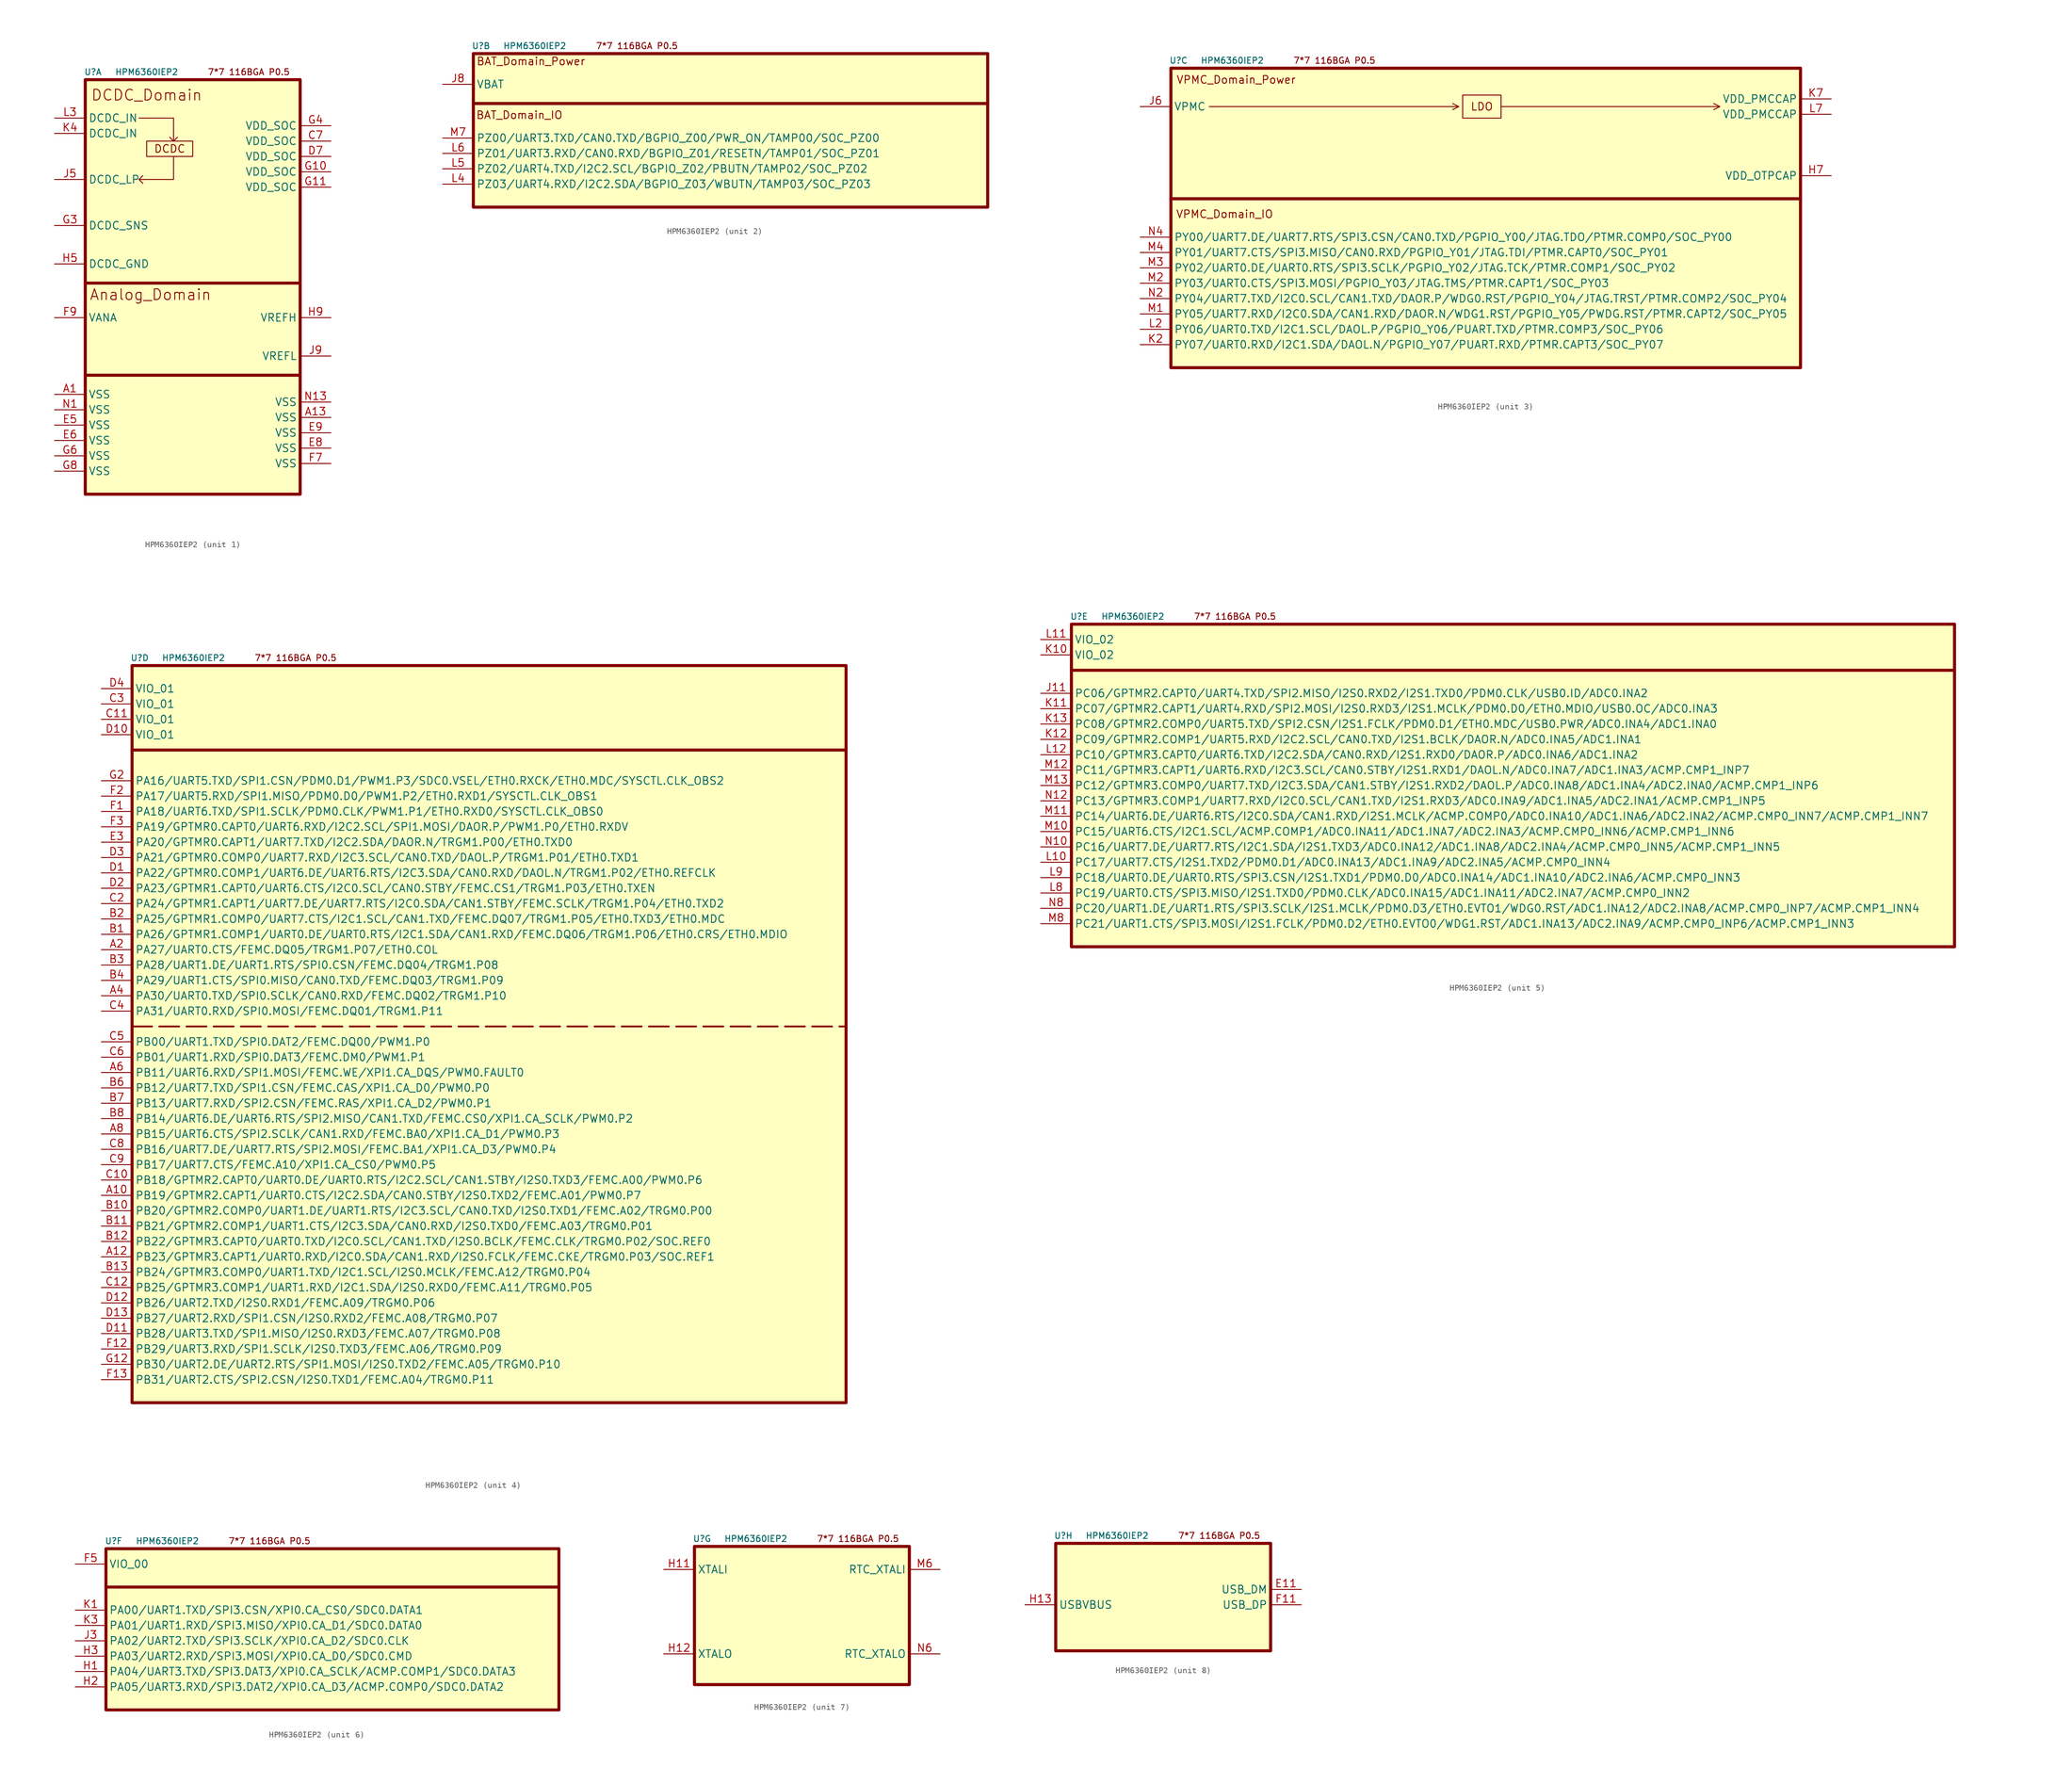
<source format=kicad_sym>
(kicad_symbol_lib
  (version 20220914)
  (generator kicad_symbol_editor)
  (symbol "HPM6360IEP2"
    (property "Reference" "U"
      (at 1.27 1.27 0)
      (effects (font (size 1 1))))
    (property "Value" "HPM6360IEP2"
      (at 10.16 1.27 0)
      (effects (font (size 1 1))))
    (property "ki_locked" ""
      (at 0 0 0)
      (effects (font (size 1.27 1.27))))
    (symbol "HPM6360IEP2_0_0"
      (text " 7*7 116BGA P0.5" (at 26.67 1.27 0) (effects (font (size 1.016 1.016)))))
    (symbol "HPM6360IEP2_1_1"
      (polyline (pts (xy 0 -48.895) (xy 35.56 -48.895)) (stroke (width 0.508) (type default)) (fill (type none)))
      (polyline (pts (xy 0 -33.655) (xy 35.56 -33.655) (xy 35.56 -33.655)) (stroke (width 0.508) (type default)) (fill (type none)))
      (polyline (pts (xy 8.89 -6.35) (xy 14.605 -6.35) (xy 14.605 -10.16) (xy 13.97 -9.525) (xy 14.605 -10.16) (xy 15.24 -9.525)) (stroke (width 0) (type default)) (fill (type none)))
      (polyline (pts (xy 14.605 -12.7) (xy 14.605 -16.51) (xy 8.89 -16.51) (xy 9.525 -15.875) (xy 8.89 -16.51) (xy 9.525 -17.145)) (stroke (width 0) (type default)) (fill (type none)))
      (rectangle (start 0 0) (end 35.56 -68.58) (stroke (width 0.508) (type default)) (fill (type background)))
      (rectangle (start 10.16 -10.16) (end 17.78 -12.7) (stroke (width 0) (type default)) (fill (type none)))
      (text "Analog_Domain" (at 10.795 -35.56 0) (effects (font (size 1.778 1.778))))
      (text "DCDC" (at 13.97 -11.43 0) (effects (font (size 1.27 1.27))))
      (text "DCDC_Domain" (at 10.16 -2.54 0) (effects (font (size 1.778 1.778))))
      (pin power_out line (at -5.08 -52.07 0) (length 5.08) (name "VSS" (effects (font (size 1.27 1.27)))) (number "A1" (effects (font (size 1.27 1.27)))))
      (pin power_out line (at 40.64 -55.88 180) (length 5.08) (name "VSS" (effects (font (size 1.27 1.27)))) (number "A13" (effects (font (size 1.27 1.27)))))
      (pin power_in line (at 40.64 -10.16 180) (length 5.08) (name "VDD_SOC" (effects (font (size 1.27 1.27)))) (number "C7" (effects (font (size 1.27 1.27)))))
      (pin power_in line (at 40.64 -12.7 180) (length 5.08) (name "VDD_SOC" (effects (font (size 1.27 1.27)))) (number "D7" (effects (font (size 1.27 1.27)))))
      (pin power_out line (at -5.08 -57.15 0) (length 5.08) (name "VSS" (effects (font (size 1.27 1.27)))) (number "E5" (effects (font (size 1.27 1.27)))))
      (pin power_out line (at -5.08 -59.69 0) (length 5.08) (name "VSS" (effects (font (size 1.27 1.27)))) (number "E6" (effects (font (size 1.27 1.27)))))
      (pin power_out line (at 40.64 -60.96 180) (length 5.08) (name "VSS" (effects (font (size 1.27 1.27)))) (number "E8" (effects (font (size 1.27 1.27)))))
      (pin power_out line (at 40.64 -58.42 180) (length 5.08) (name "VSS" (effects (font (size 1.27 1.27)))) (number "E9" (effects (font (size 1.27 1.27)))))
      (pin power_out line (at 40.64 -63.5 180) (length 5.08) (name "VSS" (effects (font (size 1.27 1.27)))) (number "F7" (effects (font (size 1.27 1.27)))))
      (pin power_in line (at -5.08 -39.37 0) (length 5.08) (name "VANA" (effects (font (size 1.27 1.27)))) (number "F9" (effects (font (size 1.27 1.27)))))
      (pin power_in line (at 40.64 -15.24 180) (length 5.08) (name "VDD_SOC" (effects (font (size 1.27 1.27)))) (number "G10" (effects (font (size 1.27 1.27)))))
      (pin power_in line (at 40.64 -17.78 180) (length 5.08) (name "VDD_SOC" (effects (font (size 1.27 1.27)))) (number "G11" (effects (font (size 1.27 1.27)))))
      (pin input line (at -5.08 -24.13 0) (length 5.08) (name "DCDC_SNS" (effects (font (size 1.27 1.27)))) (number "G3" (effects (font (size 1.27 1.27)))))
      (pin power_in line (at 40.64 -7.62 180) (length 5.08) (name "VDD_SOC" (effects (font (size 1.27 1.27)))) (number "G4" (effects (font (size 1.27 1.27)))))
      (pin power_out line (at -5.08 -62.23 0) (length 5.08) (name "VSS" (effects (font (size 1.27 1.27)))) (number "G6" (effects (font (size 1.27 1.27)))))
      (pin power_out line (at -5.08 -64.77 0) (length 5.08) (name "VSS" (effects (font (size 1.27 1.27)))) (number "G8" (effects (font (size 1.27 1.27)))))
      (pin power_out line (at -5.08 -30.48 0) (length 5.08) (name "DCDC_GND" (effects (font (size 1.27 1.27)))) (number "H5" (effects (font (size 1.27 1.27)))))
      (pin power_in line (at 40.64 -39.37 180) (length 5.08) (name "VREFH" (effects (font (size 1.27 1.27)))) (number "H9" (effects (font (size 1.27 1.27)))))
      (pin power_out line (at -5.08 -16.51 0) (length 5.08) (name "DCDC_LP" (effects (font (size 1.27 1.27)))) (number "J5" (effects (font (size 1.27 1.27)))))
      (pin power_out line (at 40.64 -45.72 180) (length 5.08) (name "VREFL" (effects (font (size 1.27 1.27)))) (number "J9" (effects (font (size 1.27 1.27)))))
      (pin power_in line (at -5.08 -8.89 0) (length 5.08) (name "DCDC_IN" (effects (font (size 1.27 1.27)))) (number "K4" (effects (font (size 1.27 1.27)))))
      (pin power_in line (at -5.08 -6.35 0) (length 5.08) (name "DCDC_IN" (effects (font (size 1.27 1.27)))) (number "L3" (effects (font (size 1.27 1.27)))))
      (pin power_out line (at -5.08 -54.61 0) (length 5.08) (name "VSS" (effects (font (size 1.27 1.27)))) (number "N1" (effects (font (size 1.27 1.27)))))
      (pin power_out line (at 40.64 -53.34 180) (length 5.08) (name "VSS" (effects (font (size 1.27 1.27)))) (number "N13" (effects (font (size 1.27 1.27))))))
    (symbol "HPM6360IEP2_2_0"
      (polyline (pts (xy 0 -8.255) (xy 85.09 -8.255) (xy 74.295 -8.255)) (stroke (width 0.508) (type default)) (fill (type none))))
    (symbol "HPM6360IEP2_2_1"
      (rectangle (start 0 0) (end 85.09 -25.4) (stroke (width 0.508) (type default)) (fill (type background)))
      (text "BAT_Domain_IO" (at 7.62 -10.16 0) (effects (font (size 1.27 1.27))))
      (text "BAT_Domain_Power" (at 9.525 -1.27 0) (effects (font (size 1.27 1.27))))
      (pin power_in line (at -5.08 -5.08 0) (length 5.08) (name "VBAT" (effects (font (size 1.27 1.27)))) (number "J8" (effects (font (size 1.27 1.27)))))
      (pin bidirectional line (at -5.08 -21.59 0) (length 5.08) (name "PZ03/UART4.RXD/I2C2.SDA/BGPIO_Z03/WBUTN/TAMP03/SOC_PZ03" (effects (font (size 1.27 1.27)))) (number "L4" (effects (font (size 1.27 1.27)))))
      (pin bidirectional line (at -5.08 -19.05 0) (length 5.08) (name "PZ02/UART4.TXD/I2C2.SCL/BGPIO_Z02/PBUTN/TAMP02/SOC_PZ02" (effects (font (size 1.27 1.27)))) (number "L5" (effects (font (size 1.27 1.27)))))
      (pin bidirectional line (at -5.08 -16.51 0) (length 5.08) (name "PZ01/UART3.RXD/CAN0.RXD/BGPIO_Z01/RESETN/TAMP01/SOC_PZ01" (effects (font (size 1.27 1.27)))) (number "L6" (effects (font (size 1.27 1.27)))))
      (pin bidirectional line (at -5.08 -13.97 0) (length 5.08) (name "PZ00/UART3.TXD/CAN0.TXD/BGPIO_Z00/PWR_ON/TAMP00/SOC_PZ00" (effects (font (size 1.27 1.27)))) (number "M7" (effects (font (size 1.27 1.27))))))
    (symbol "HPM6360IEP2_3_0"
      (polyline (pts (xy 0 -21.59) (xy 104.14 -21.59) (xy 57.785 -21.59)) (stroke (width 0.508) (type default)) (fill (type none)))
      (polyline (pts (xy 6.35 -6.35) (xy 47.625 -6.35) (xy 46.609 -5.842) (xy 47.625 -6.35) (xy 46.609 -6.858)) (stroke (width 0) (type default)) (fill (type none)))
      (polyline (pts (xy 54.61 -6.35) (xy 90.805 -6.35) (xy 89.789 -5.842) (xy 90.805 -6.35) (xy 89.789 -6.858)) (stroke (width 0) (type default)) (fill (type none))))
    (symbol "HPM6360IEP2_3_1"
      (rectangle (start 0 0) (end 104.14 -49.53) (stroke (width 0.508) (type default)) (fill (type background)))
      (rectangle (start 48.26 -4.445) (end 54.61 -8.255) (stroke (width 0) (type default)) (fill (type none)))
      (text "LDO" (at 51.435 -6.35 0) (effects (font (size 1.27 1.27))))
      (text "VPMC_Domain_IO" (at 8.89 -24.13 0) (effects (font (size 1.27 1.27))))
      (text "VPMC_Domain_Power" (at 10.795 -1.905 0) (effects (font (size 1.27 1.27))))
      (pin power_out line (at 109.22 -17.78 180) (length 5.08) (name "VDD_OTPCAP" (effects (font (size 1.27 1.27)))) (number "H7" (effects (font (size 1.27 1.27)))))
      (pin power_in line (at -5.08 -6.35 0) (length 5.08) (name "VPMC" (effects (font (size 1.27 1.27)))) (number "J6" (effects (font (size 1.27 1.27)))))
      (pin bidirectional line (at -5.08 -45.72 0) (length 5.08) (name "PY07/UART0.RXD/I2C1.SDA/DAOL.N/PGPIO_Y07/PUART.RXD/PTMR.CAPT3/SOC_PY07" (effects (font (size 1.27 1.27)))) (number "K2" (effects (font (size 1.27 1.27)))))
      (pin power_out line (at 109.22 -5.08 180) (length 5.08) (name "VDD_PMCCAP" (effects (font (size 1.27 1.27)))) (number "K7" (effects (font (size 1.27 1.27)))))
      (pin bidirectional line (at -5.08 -43.18 0) (length 5.08) (name "PY06/UART0.TXD/I2C1.SCL/DAOL.P/PGPIO_Y06/PUART.TXD/PTMR.COMP3/SOC_PY06" (effects (font (size 1.27 1.27)))) (number "L2" (effects (font (size 1.27 1.27)))))
      (pin power_out line (at 109.22 -7.62 180) (length 5.08) (name "VDD_PMCCAP" (effects (font (size 1.27 1.27)))) (number "L7" (effects (font (size 1.27 1.27)))))
      (pin bidirectional line (at -5.08 -40.64 0) (length 5.08) (name "PY05/UART7.RXD/I2C0.SDA/CAN1.RXD/DAOR.N/WDG1.RST/PGPIO_Y05/PWDG.RST/PTMR.CAPT2/SOC_PY05" (effects (font (size 1.27 1.27)))) (number "M1" (effects (font (size 1.27 1.27)))))
      (pin bidirectional line (at -5.08 -35.56 0) (length 5.08) (name "PY03/UART0.CTS/SPI3.MOSI/PGPIO_Y03/JTAG.TMS/PTMR.CAPT1/SOC_PY03" (effects (font (size 1.27 1.27)))) (number "M2" (effects (font (size 1.27 1.27)))))
      (pin bidirectional line (at -5.08 -33.02 0) (length 5.08) (name "PY02/UART0.DE/UART0.RTS/SPI3.SCLK/PGPIO_Y02/JTAG.TCK/PTMR.COMP1/SOC_PY02" (effects (font (size 1.27 1.27)))) (number "M3" (effects (font (size 1.27 1.27)))))
      (pin bidirectional line (at -5.08 -30.48 0) (length 5.08) (name "PY01/UART7.CTS/SPI3.MISO/CAN0.RXD/PGPIO_Y01/JTAG.TDI/PTMR.CAPT0/SOC_PY01" (effects (font (size 1.27 1.27)))) (number "M4" (effects (font (size 1.27 1.27)))))
      (pin bidirectional line (at -5.08 -38.1 0) (length 5.08) (name "PY04/UART7.TXD/I2C0.SCL/CAN1.TXD/DAOR.P/WDG0.RST/PGPIO_Y04/JTAG.TRST/PTMR.COMP2/SOC_PY04" (effects (font (size 1.27 1.27)))) (number "N2" (effects (font (size 1.27 1.27)))))
      (pin bidirectional line (at -5.08 -27.94 0) (length 5.08) (name "PY00/UART7.DE/UART7.RTS/SPI3.CSN/CAN0.TXD/PGPIO_Y00/JTAG.TDO/PTMR.COMP0/SOC_PY00" (effects (font (size 1.27 1.27)))) (number "N4" (effects (font (size 1.27 1.27))))))
    (symbol "HPM6360IEP2_4_0"
      (polyline (pts (xy 0 -13.97) (xy 118.11 -13.97)) (stroke (width 0.5) (type default)) (fill (type none))))
    (symbol "HPM6360IEP2_4_1"
      (polyline (pts (xy 0 -59.69) (xy 118.11 -59.69)) (stroke (width 0.3) (type dash)) (fill (type none)))
      (rectangle (start 0 0) (end 118.11 -121.92) (stroke (width 0.5) (type default)) (fill (type background)))
      (pin bidirectional line (at -5.08 -87.63 0) (length 5.08) (name "PB19/GPTMR2.CAPT1/UART0.CTS/I2C2.SDA/CAN0.STBY/I2S0.TXD2/FEMC.A01/PWM0.P7" (effects (font (size 1.27 1.27)))) (number "A10" (effects (font (size 1.27 1.27)))))
      (pin bidirectional line (at -5.08 -97.79 0) (length 5.08) (name "PB23/GPTMR3.CAPT1/UART0.RXD/I2C0.SDA/CAN1.RXD/I2S0.FCLK/FEMC.CKE/TRGM0.P03/SOC.REF1" (effects (font (size 1.27 1.27)))) (number "A12" (effects (font (size 1.27 1.27)))))
      (pin bidirectional line (at -5.08 -46.99 0) (length 5.08) (name "PA27/UART0.CTS/FEMC.DQ05/TRGM1.P07/ETH0.COL" (effects (font (size 1.27 1.27)))) (number "A2" (effects (font (size 1.27 1.27)))))
      (pin bidirectional line (at -5.08 -54.61 0) (length 5.08) (name "PA30/UART0.TXD/SPI0.SCLK/CAN0.RXD/FEMC.DQ02/TRGM1.P10" (effects (font (size 1.27 1.27)))) (number "A4" (effects (font (size 1.27 1.27)))))
      (pin bidirectional line (at -5.08 -67.31 0) (length 5.08) (name "PB11/UART6.RXD/SPI1.MOSI/FEMC.WE/XPI1.CA_DQS/PWM0.FAULT0" (effects (font (size 1.27 1.27)))) (number "A6" (effects (font (size 1.27 1.27)))))
      (pin bidirectional line (at -5.08 -77.47 0) (length 5.08) (name "PB15/UART6.CTS/SPI2.SCLK/CAN1.RXD/FEMC.BA0/XPI1.CA_D1/PWM0.P3" (effects (font (size 1.27 1.27)))) (number "A8" (effects (font (size 1.27 1.27)))))
      (pin bidirectional line (at -5.08 -44.45 0) (length 5.08) (name "PA26/GPTMR1.COMP1/UART0.DE/UART0.RTS/I2C1.SDA/CAN1.RXD/FEMC.DQ06/TRGM1.P06/ETH0.CRS/ETH0.MDIO" (effects (font (size 1.27 1.27)))) (number "B1" (effects (font (size 1.27 1.27)))))
      (pin bidirectional line (at -5.08 -90.17 0) (length 5.08) (name "PB20/GPTMR2.COMP0/UART1.DE/UART1.RTS/I2C3.SCL/CAN0.TXD/I2S0.TXD1/FEMC.A02/TRGM0.P00" (effects (font (size 1.27 1.27)))) (number "B10" (effects (font (size 1.27 1.27)))))
      (pin bidirectional line (at -5.08 -92.71 0) (length 5.08) (name "PB21/GPTMR2.COMP1/UART1.CTS/I2C3.SDA/CAN0.RXD/I2S0.TXD0/FEMC.A03/TRGM0.P01" (effects (font (size 1.27 1.27)))) (number "B11" (effects (font (size 1.27 1.27)))))
      (pin bidirectional line (at -5.08 -95.25 0) (length 5.08) (name "PB22/GPTMR3.CAPT0/UART0.TXD/I2C0.SCL/CAN1.TXD/I2S0.BCLK/FEMC.CLK/TRGM0.P02/SOC.REF0" (effects (font (size 1.27 1.27)))) (number "B12" (effects (font (size 1.27 1.27)))))
      (pin bidirectional line (at -5.08 -100.33 0) (length 5.08) (name "PB24/GPTMR3.COMP0/UART1.TXD/I2C1.SCL/I2S0.MCLK/FEMC.A12/TRGM0.P04" (effects (font (size 1.27 1.27)))) (number "B13" (effects (font (size 1.27 1.27)))))
      (pin bidirectional line (at -5.08 -41.91 0) (length 5.08) (name "PA25/GPTMR1.COMP0/UART7.CTS/I2C1.SCL/CAN1.TXD/FEMC.DQ07/TRGM1.P05/ETH0.TXD3/ETH0.MDC" (effects (font (size 1.27 1.27)))) (number "B2" (effects (font (size 1.27 1.27)))))
      (pin bidirectional line (at -5.08 -49.53 0) (length 5.08) (name "PA28/UART1.DE/UART1.RTS/SPI0.CSN/FEMC.DQ04/TRGM1.P08" (effects (font (size 1.27 1.27)))) (number "B3" (effects (font (size 1.27 1.27)))))
      (pin bidirectional line (at -5.08 -52.07 0) (length 5.08) (name "PA29/UART1.CTS/SPI0.MISO/CAN0.TXD/FEMC.DQ03/TRGM1.P09" (effects (font (size 1.27 1.27)))) (number "B4" (effects (font (size 1.27 1.27)))))
      (pin bidirectional line (at -5.08 -69.85 0) (length 5.08) (name "PB12/UART7.TXD/SPI1.CSN/FEMC.CAS/XPI1.CA_D0/PWM0.P0" (effects (font (size 1.27 1.27)))) (number "B6" (effects (font (size 1.27 1.27)))))
      (pin bidirectional line (at -5.08 -72.39 0) (length 5.08) (name "PB13/UART7.RXD/SPI2.CSN/FEMC.RAS/XPI1.CA_D2/PWM0.P1" (effects (font (size 1.27 1.27)))) (number "B7" (effects (font (size 1.27 1.27)))))
      (pin bidirectional line (at -5.08 -74.93 0) (length 5.08) (name "PB14/UART6.DE/UART6.RTS/SPI2.MISO/CAN1.TXD/FEMC.CS0/XPI1.CA_SCLK/PWM0.P2" (effects (font (size 1.27 1.27)))) (number "B8" (effects (font (size 1.27 1.27)))))
      (pin bidirectional line (at -5.08 -85.09 0) (length 5.08) (name "PB18/GPTMR2.CAPT0/UART0.DE/UART0.RTS/I2C2.SCL/CAN1.STBY/I2S0.TXD3/FEMC.A00/PWM0.P6" (effects (font (size 1.27 1.27)))) (number "C10" (effects (font (size 1.27 1.27)))))
      (pin power_in line (at -5.08 -8.89 0) (length 5.08) (name "VIO_01" (effects (font (size 1.27 1.27)))) (number "C11" (effects (font (size 1.27 1.27)))))
      (pin bidirectional line (at -5.08 -102.87 0) (length 5.08) (name "PB25/GPTMR3.COMP1/UART1.RXD/I2C1.SDA/I2S0.RXD0/FEMC.A11/TRGM0.P05" (effects (font (size 1.27 1.27)))) (number "C12" (effects (font (size 1.27 1.27)))))
      (pin bidirectional line (at -5.08 -39.37 0) (length 5.08) (name "PA24/GPTMR1.CAPT1/UART7.DE/UART7.RTS/I2C0.SDA/CAN1.STBY/FEMC.SCLK/TRGM1.P04/ETH0.TXD2" (effects (font (size 1.27 1.27)))) (number "C2" (effects (font (size 1.27 1.27)))))
      (pin power_in line (at -5.08 -6.35 0) (length 5.08) (name "VIO_01" (effects (font (size 1.27 1.27)))) (number "C3" (effects (font (size 1.27 1.27)))))
      (pin bidirectional line (at -5.08 -57.15 0) (length 5.08) (name "PA31/UART0.RXD/SPI0.MOSI/FEMC.DQ01/TRGM1.P11" (effects (font (size 1.27 1.27)))) (number "C4" (effects (font (size 1.27 1.27)))))
      (pin bidirectional line (at -5.08 -62.23 0) (length 5.08) (name "PB00/UART1.TXD/SPI0.DAT2/FEMC.DQ00/PWM1.P0" (effects (font (size 1.27 1.27)))) (number "C5" (effects (font (size 1.27 1.27)))))
      (pin bidirectional line (at -5.08 -64.77 0) (length 5.08) (name "PB01/UART1.RXD/SPI0.DAT3/FEMC.DM0/PWM1.P1" (effects (font (size 1.27 1.27)))) (number "C6" (effects (font (size 1.27 1.27)))))
      (pin bidirectional line (at -5.08 -80.01 0) (length 5.08) (name "PB16/UART7.DE/UART7.RTS/SPI2.MOSI/FEMC.BA1/XPI1.CA_D3/PWM0.P4" (effects (font (size 1.27 1.27)))) (number "C8" (effects (font (size 1.27 1.27)))))
      (pin bidirectional line (at -5.08 -82.55 0) (length 5.08) (name "PB17/UART7.CTS/FEMC.A10/XPI1.CA_CS0/PWM0.P5" (effects (font (size 1.27 1.27)))) (number "C9" (effects (font (size 1.27 1.27)))))
      (pin bidirectional line (at -5.08 -34.29 0) (length 5.08) (name "PA22/GPTMR0.COMP1/UART6.DE/UART6.RTS/I2C3.SDA/CAN0.RXD/DAOL.N/TRGM1.P02/ETH0.REFCLK" (effects (font (size 1.27 1.27)))) (number "D1" (effects (font (size 1.27 1.27)))))
      (pin power_in line (at -5.08 -11.43 0) (length 5.08) (name "VIO_01" (effects (font (size 1.27 1.27)))) (number "D10" (effects (font (size 1.27 1.27)))))
      (pin bidirectional line (at -5.08 -110.49 0) (length 5.08) (name "PB28/UART3.TXD/SPI1.MISO/I2S0.RXD3/FEMC.A07/TRGM0.P08" (effects (font (size 1.27 1.27)))) (number "D11" (effects (font (size 1.27 1.27)))))
      (pin bidirectional line (at -5.08 -105.41 0) (length 5.08) (name "PB26/UART2.TXD/I2S0.RXD1/FEMC.A09/TRGM0.P06" (effects (font (size 1.27 1.27)))) (number "D12" (effects (font (size 1.27 1.27)))))
      (pin bidirectional line (at -5.08 -107.95 0) (length 5.08) (name "PB27/UART2.RXD/SPI1.CSN/I2S0.RXD2/FEMC.A08/TRGM0.P07" (effects (font (size 1.27 1.27)))) (number "D13" (effects (font (size 1.27 1.27)))))
      (pin bidirectional line (at -5.08 -36.83 0) (length 5.08) (name "PA23/GPTMR1.CAPT0/UART6.CTS/I2C0.SCL/CAN0.STBY/FEMC.CS1/TRGM1.P03/ETH0.TXEN" (effects (font (size 1.27 1.27)))) (number "D2" (effects (font (size 1.27 1.27)))))
      (pin bidirectional line (at -5.08 -31.75 0) (length 5.08) (name "PA21/GPTMR0.COMP0/UART7.RXD/I2C3.SCL/CAN0.TXD/DAOL.P/TRGM1.P01/ETH0.TXD1" (effects (font (size 1.27 1.27)))) (number "D3" (effects (font (size 1.27 1.27)))))
      (pin power_in line (at -5.08 -3.81 0) (length 5.08) (name "VIO_01" (effects (font (size 1.27 1.27)))) (number "D4" (effects (font (size 1.27 1.27)))))
      (pin bidirectional line (at -5.08 -29.21 0) (length 5.08) (name "PA20/GPTMR0.CAPT1/UART7.TXD/I2C2.SDA/DAOR.N/TRGM1.P00/ETH0.TXD0" (effects (font (size 1.27 1.27)))) (number "E3" (effects (font (size 1.27 1.27)))))
      (pin bidirectional line (at -5.08 -24.13 0) (length 5.08) (name "PA18/UART6.TXD/SPI1.SCLK/PDM0.CLK/PWM1.P1/ETH0.RXD0/SYSCTL.CLK_OBS0" (effects (font (size 1.27 1.27)))) (number "F1" (effects (font (size 1.27 1.27)))))
      (pin bidirectional line (at -5.08 -113.03 0) (length 5.08) (name "PB29/UART3.RXD/SPI1.SCLK/I2S0.TXD3/FEMC.A06/TRGM0.P09" (effects (font (size 1.27 1.27)))) (number "F12" (effects (font (size 1.27 1.27)))))
      (pin bidirectional line (at -5.08 -118.11 0) (length 5.08) (name "PB31/UART2.CTS/SPI2.CSN/I2S0.TXD1/FEMC.A04/TRGM0.P11" (effects (font (size 1.27 1.27)))) (number "F13" (effects (font (size 1.27 1.27)))))
      (pin bidirectional line (at -5.08 -21.59 0) (length 5.08) (name "PA17/UART5.RXD/SPI1.MISO/PDM0.D0/PWM1.P2/ETH0.RXD1/SYSCTL.CLK_OBS1" (effects (font (size 1.27 1.27)))) (number "F2" (effects (font (size 1.27 1.27)))))
      (pin bidirectional line (at -5.08 -26.67 0) (length 5.08) (name "PA19/GPTMR0.CAPT0/UART6.RXD/I2C2.SCL/SPI1.MOSI/DAOR.P/PWM1.P0/ETH0.RXDV" (effects (font (size 1.27 1.27)))) (number "F3" (effects (font (size 1.27 1.27)))))
      (pin bidirectional line (at -5.08 -115.57 0) (length 5.08) (name "PB30/UART2.DE/UART2.RTS/SPI1.MOSI/I2S0.TXD2/FEMC.A05/TRGM0.P10" (effects (font (size 1.27 1.27)))) (number "G12" (effects (font (size 1.27 1.27)))))
      (pin bidirectional line (at -5.08 -19.05 0) (length 5.08) (name "PA16/UART5.TXD/SPI1.CSN/PDM0.D1/PWM1.P3/SDC0.VSEL/ETH0.RXCK/ETH0.MDC/SYSCTL.CLK_OBS2" (effects (font (size 1.27 1.27)))) (number "G2" (effects (font (size 1.27 1.27))))))
    (symbol "HPM6360IEP2_5_0"
      (polyline (pts (xy 0 -7.62) (xy 146.05 -7.62)) (stroke (width 0.5) (type default)) (fill (type none))))
    (symbol "HPM6360IEP2_5_1"
      (rectangle (start 0 0) (end 146.05 -53.34) (stroke (width 0.508) (type default)) (fill (type background)))
      (pin bidirectional line (at -5.08 -11.43 0) (length 5.08) (name "PC06/GPTMR2.CAPT0/UART4.TXD/SPI2.MISO/I2S0.RXD2/I2S1.TXD0/PDM0.CLK/USB0.ID/ADC0.INA2" (effects (font (size 1.27 1.27)))) (number "J11" (effects (font (size 1.27 1.27)))))
      (pin power_in line (at -5.08 -5.08 0) (length 5.08) (name "VIO_02" (effects (font (size 1.27 1.27)))) (number "K10" (effects (font (size 1.27 1.27)))))
      (pin bidirectional line (at -5.08 -13.97 0) (length 5.08) (name "PC07/GPTMR2.CAPT1/UART4.RXD/SPI2.MOSI/I2S0.RXD3/I2S1.MCLK/PDM0.D0/ETH0.MDIO/USB0.OC/ADC0.INA3" (effects (font (size 1.27 1.27)))) (number "K11" (effects (font (size 1.27 1.27)))))
      (pin bidirectional line (at -5.08 -19.05 0) (length 5.08) (name "PC09/GPTMR2.COMP1/UART5.RXD/I2C2.SCL/CAN0.TXD/I2S1.BCLK/DAOR.N/ADC0.INA5/ADC1.INA1" (effects (font (size 1.27 1.27)))) (number "K12" (effects (font (size 1.27 1.27)))))
      (pin bidirectional line (at -5.08 -16.51 0) (length 5.08) (name "PC08/GPTMR2.COMP0/UART5.TXD/SPI2.CSN/I2S1.FCLK/PDM0.D1/ETH0.MDC/USB0.PWR/ADC0.INA4/ADC1.INA0" (effects (font (size 1.27 1.27)))) (number "K13" (effects (font (size 1.27 1.27)))))
      (pin bidirectional line (at -5.08 -39.37 0) (length 5.08) (name "PC17/UART7.CTS/I2S1.TXD2/PDM0.D1/ADC0.INA13/ADC1.INA9/ADC2.INA5/ACMP.CMP0_INN4" (effects (font (size 1.27 1.27)))) (number "L10" (effects (font (size 1.27 1.27)))))
      (pin power_in line (at -5.08 -2.54 0) (length 5.08) (name "VIO_02" (effects (font (size 1.27 1.27)))) (number "L11" (effects (font (size 1.27 1.27)))))
      (pin bidirectional line (at -5.08 -21.59 0) (length 5.08) (name "PC10/GPTMR3.CAPT0/UART6.TXD/I2C2.SDA/CAN0.RXD/I2S1.RXD0/DAOR.P/ADC0.INA6/ADC1.INA2" (effects (font (size 1.27 1.27)))) (number "L12" (effects (font (size 1.27 1.27)))))
      (pin bidirectional line (at -5.08 -44.45 0) (length 5.08) (name "PC19/UART0.CTS/SPI3.MISO/I2S1.TXD0/PDM0.CLK/ADC0.INA15/ADC1.INA11/ADC2.INA7/ACMP.CMP0_INN2" (effects (font (size 1.27 1.27)))) (number "L8" (effects (font (size 1.27 1.27)))))
      (pin bidirectional line (at -5.08 -41.91 0) (length 5.08) (name "PC18/UART0.DE/UART0.RTS/SPI3.CSN/I2S1.TXD1/PDM0.D0/ADC0.INA14/ADC1.INA10/ADC2.INA6/ACMP.CMP0_INN3" (effects (font (size 1.27 1.27)))) (number "L9" (effects (font (size 1.27 1.27)))))
      (pin bidirectional line (at -5.08 -34.29 0) (length 5.08) (name "PC15/UART6.CTS/I2C1.SCL/ACMP.COMP1/ADC0.INA11/ADC1.INA7/ADC2.INA3/ACMP.CMP0_INN6/ACMP.CMP1_INN6" (effects (font (size 1.27 1.27)))) (number "M10" (effects (font (size 1.27 1.27)))))
      (pin bidirectional line (at -5.08 -31.75 0) (length 5.08) (name "PC14/UART6.DE/UART6.RTS/I2C0.SDA/CAN1.RXD/I2S1.MCLK/ACMP.COMP0/ADC0.INA10/ADC1.INA6/ADC2.INA2/ACMP.CMP0_INN7/ACMP.CMP1_INN7" (effects (font (size 1.27 1.27)))) (number "M11" (effects (font (size 1.27 1.27)))))
      (pin bidirectional line (at -5.08 -24.13 0) (length 5.08) (name "PC11/GPTMR3.CAPT1/UART6.RXD/I2C3.SCL/CAN0.STBY/I2S1.RXD1/DAOL.N/ADC0.INA7/ADC1.INA3/ACMP.CMP1_INP7" (effects (font (size 1.27 1.27)))) (number "M12" (effects (font (size 1.27 1.27)))))
      (pin bidirectional line (at -5.08 -26.67 0) (length 5.08) (name "PC12/GPTMR3.COMP0/UART7.TXD/I2C3.SDA/CAN1.STBY/I2S1.RXD2/DAOL.P/ADC0.INA8/ADC1.INA4/ADC2.INA0/ACMP.CMP1_INP6" (effects (font (size 1.27 1.27)))) (number "M13" (effects (font (size 1.27 1.27)))))
      (pin bidirectional line (at -5.08 -49.53 0) (length 5.08) (name "PC21/UART1.CTS/SPI3.MOSI/I2S1.FCLK/PDM0.D2/ETH0.EVTO0/WDG1.RST/ADC1.INA13/ADC2.INA9/ACMP.CMP0_INP6/ACMP.CMP1_INN3" (effects (font (size 1.27 1.27)))) (number "M8" (effects (font (size 1.27 1.27)))))
      (pin bidirectional line (at -5.08 -36.83 0) (length 5.08) (name "PC16/UART7.DE/UART7.RTS/I2C1.SDA/I2S1.TXD3/ADC0.INA12/ADC1.INA8/ADC2.INA4/ACMP.CMP0_INN5/ACMP.CMP1_INN5" (effects (font (size 1.27 1.27)))) (number "N10" (effects (font (size 1.27 1.27)))))
      (pin bidirectional line (at -5.08 -29.21 0) (length 5.08) (name "PC13/GPTMR3.COMP1/UART7.RXD/I2C0.SCL/CAN1.TXD/I2S1.RXD3/ADC0.INA9/ADC1.INA5/ADC2.INA1/ACMP.CMP1_INP5" (effects (font (size 1.27 1.27)))) (number "N12" (effects (font (size 1.27 1.27)))))
      (pin bidirectional line (at -5.08 -46.99 0) (length 5.08) (name "PC20/UART1.DE/UART1.RTS/SPI3.SCLK/I2S1.MCLK/PDM0.D3/ETH0.EVTO1/WDG0.RST/ADC1.INA12/ADC2.INA8/ACMP.CMP0_INP7/ACMP.CMP1_INN4" (effects (font (size 1.27 1.27)))) (number "N8" (effects (font (size 1.27 1.27))))))
    (symbol "HPM6360IEP2_6_0"
      (polyline (pts (xy 0 -6.35) (xy 74.93 -6.35)) (stroke (width 0.5) (type default)) (fill (type none))))
    (symbol "HPM6360IEP2_6_1"
      (rectangle (start 0 0) (end 74.93 -26.67) (stroke (width 0.5) (type default)) (fill (type background)))
      (pin power_in line (at -5.08 -2.54 0) (length 5.08) (name "VIO_00" (effects (font (size 1.27 1.27)))) (number "F5" (effects (font (size 1.27 1.27)))))
      (pin bidirectional line (at -5.08 -20.32 0) (length 5.08) (name "PA04/UART3.TXD/SPI3.DAT3/XPI0.CA_SCLK/ACMP.COMP1/SDC0.DATA3" (effects (font (size 1.27 1.27)))) (number "H1" (effects (font (size 1.27 1.27)))))
      (pin bidirectional line (at -5.08 -22.86 0) (length 5.08) (name "PA05/UART3.RXD/SPI3.DAT2/XPI0.CA_D3/ACMP.COMP0/SDC0.DATA2" (effects (font (size 1.27 1.27)))) (number "H2" (effects (font (size 1.27 1.27)))))
      (pin bidirectional line (at -5.08 -17.78 0) (length 5.08) (name "PA03/UART2.RXD/SPI3.MOSI/XPI0.CA_D0/SDC0.CMD" (effects (font (size 1.27 1.27)))) (number "H3" (effects (font (size 1.27 1.27)))))
      (pin bidirectional line (at -5.08 -15.24 0) (length 5.08) (name "PA02/UART2.TXD/SPI3.SCLK/XPI0.CA_D2/SDC0.CLK" (effects (font (size 1.27 1.27)))) (number "J3" (effects (font (size 1.27 1.27)))))
      (pin bidirectional line (at -5.08 -10.16 0) (length 5.08) (name "PA00/UART1.TXD/SPI3.CSN/XPI0.CA_CS0/SDC0.DATA1" (effects (font (size 1.27 1.27)))) (number "K1" (effects (font (size 1.27 1.27)))))
      (pin bidirectional line (at -5.08 -12.7 0) (length 5.08) (name "PA01/UART1.RXD/SPI3.MISO/XPI0.CA_D1/SDC0.DATA0" (effects (font (size 1.27 1.27)))) (number "K3" (effects (font (size 1.27 1.27))))))
    (symbol "HPM6360IEP2_7_1"
      (rectangle (start 0 0) (end 35.56 -22.86) (stroke (width 0.508) (type default)) (fill (type background)))
      (pin input line (at -5.08 -3.81 0) (length 5.08) (name "XTALI" (effects (font (size 1.27 1.27)))) (number "H11" (effects (font (size 1.27 1.27)))))
      (pin output line (at -5.08 -17.78 0) (length 5.08) (name "XTALO" (effects (font (size 1.27 1.27)))) (number "H12" (effects (font (size 1.27 1.27)))))
      (pin input line (at 40.64 -3.81 180) (length 5.08) (name "RTC_XTALI" (effects (font (size 1.27 1.27)))) (number "M6" (effects (font (size 1.27 1.27)))))
      (pin input line (at 40.64 -17.78 180) (length 5.08) (name "RTC_XTALO" (effects (font (size 1.27 1.27)))) (number "N6" (effects (font (size 1.27 1.27))))))
    (symbol "HPM6360IEP2_8_1"
      (rectangle (start 0 0) (end 35.56 -17.78) (stroke (width 0.508) (type default)) (fill (type background)))
      (pin bidirectional line (at 40.64 -7.62 180) (length 5.08) (name "USB_DM" (effects (font (size 1.27 1.27)))) (number "E11" (effects (font (size 1.27 1.27)))))
      (pin bidirectional line (at 40.64 -10.16 180) (length 5.08) (name "USB_DP" (effects (font (size 1.27 1.27)))) (number "F11" (effects (font (size 1.27 1.27)))))
      (pin power_in line (at -5.08 -10.16 0) (length 5.08) (name "USBVBUS" (effects (font (size 1.27 1.27)))) (number "H13" (effects (font (size 1.27 1.27))))))))
</source>
